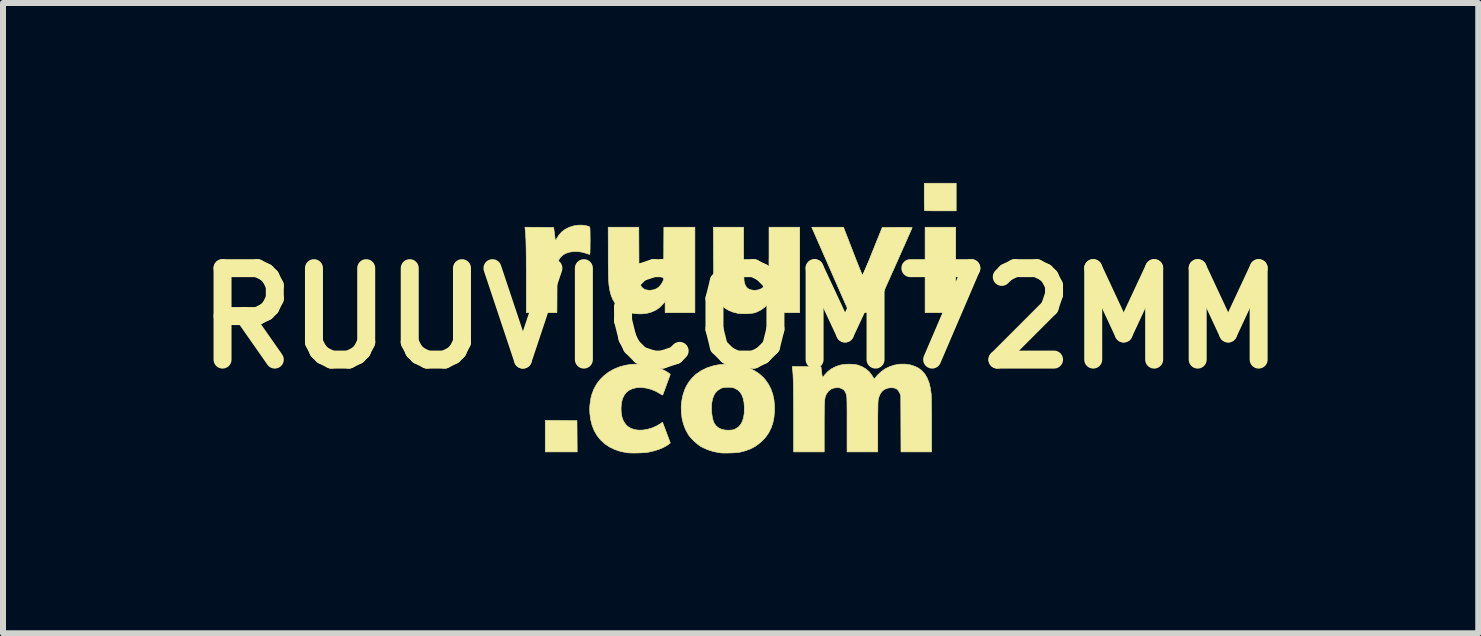
<source format=kicad_pcb>
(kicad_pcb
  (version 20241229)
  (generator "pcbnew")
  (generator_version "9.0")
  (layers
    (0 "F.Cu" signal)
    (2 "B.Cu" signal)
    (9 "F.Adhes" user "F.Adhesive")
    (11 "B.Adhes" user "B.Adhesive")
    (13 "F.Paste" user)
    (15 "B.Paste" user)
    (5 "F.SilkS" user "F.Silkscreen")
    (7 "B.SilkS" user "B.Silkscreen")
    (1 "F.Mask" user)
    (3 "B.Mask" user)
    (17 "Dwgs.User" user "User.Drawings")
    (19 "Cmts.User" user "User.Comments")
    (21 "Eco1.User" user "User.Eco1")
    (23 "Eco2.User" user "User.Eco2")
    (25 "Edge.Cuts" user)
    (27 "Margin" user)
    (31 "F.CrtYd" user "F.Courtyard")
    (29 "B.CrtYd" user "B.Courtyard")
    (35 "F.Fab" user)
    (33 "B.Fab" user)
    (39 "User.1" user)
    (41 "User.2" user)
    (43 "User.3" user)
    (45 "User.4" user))
  (footprint "RUUVICOM72MM"
    (layer "F.Cu")
    (at 9.296 2.255)
    (property "Reference" "RUUVICOM72MM" (at 0 0 0) (layer "F.SilkS") (effects (font (size 1.524 1.524) (thickness 0.3))))
    (attr through_hole)
    (fp_poly (pts (xy 3.586 -0.093) (xy 3.076 -0.093) (xy 3.076 -1.517) (xy 3.586 -1.517) (xy 3.586 -0.093)) (stroke (width 0.01) (type solid)) (fill yes) (layer "F.SilkS"))
    (fp_poly (pts (xy -2.992 1.705) (xy -2.728 1.707) (xy -2.726 1.968) (xy -2.724 2.228) (xy -3.256 2.228) (xy -3.256 1.703) (xy -2.992 1.705)) (stroke (width 0.01) (type solid)) (fill yes) (layer "F.SilkS"))
    (fp_poly (pts (xy 3.594 -1.79) (xy 3.333 -1.79) (xy 3.273 -1.79) (xy 3.217 -1.79) (xy 3.168 -1.791) (xy 3.127 -1.791) (xy 3.095 -1.792) (xy 3.074 -1.793) (xy 3.067 -1.794) (xy 3.065 -1.803) (xy 3.064 -1.823) (xy 3.063 -1.855) (xy 3.063 -1.895) (xy 3.062 -1.943) (xy 3.062 -1.997) (xy 3.062 -2.024) (xy 3.062 -2.25) (xy 3.594 -2.25) (xy 3.594 -1.79)) (stroke (width 0.01) (type solid)) (fill yes) (layer "F.SilkS"))
    (fp_poly (pts (xy -1.693 -0.6) (xy -1.676 -0.563) (xy -1.651 -0.522) (xy -1.62 -0.492) (xy -1.581 -0.474) (xy -1.532 -0.466) (xy -1.516 -0.465) (xy -1.458 -0.472) (xy -1.405 -0.49) (xy -1.361 -0.521) (xy -1.324 -0.564) (xy -1.302 -0.602) (xy -1.283 -0.643) (xy -1.281 -1.08) (xy -1.279 -1.517) (xy -0.762 -1.517) (xy -0.762 -0.093) (xy -1.258 -0.093) (xy -1.258 -0.282) (xy -1.285 -0.247) (xy -1.34 -0.188) (xy -1.404 -0.141) (xy -1.475 -0.107) (xy -1.553 -0.084) (xy -1.639 -0.073) (xy -1.677 -0.073) (xy -1.715 -0.074) (xy -1.754 -0.077) (xy -1.789 -0.082) (xy -1.794 -0.083) (xy -1.87 -0.1) (xy -1.936 -0.126) (xy -1.995 -0.159) (xy -2.048 -0.201) (xy -2.093 -0.252) (xy -2.129 -0.311) (xy -2.158 -0.38) (xy -2.179 -0.46) (xy -2.194 -0.551) (xy -2.199 -0.617) (xy -2.201 -0.646) (xy -2.202 -0.688) (xy -2.203 -0.74) (xy -2.204 -0.802) (xy -2.205 -0.87) (xy -2.206 -0.943) (xy -2.206 -1.02) (xy -2.206 -1.098) (xy -2.206 -1.123) (xy -2.207 -1.517) (xy -1.697 -1.517) (xy -1.693 -0.6)) (stroke (width 0.01) (type solid)) (fill yes) (layer "F.SilkS"))
    (fp_poly (pts (xy 1.873 -1.11) (xy 1.907 -1.021) (xy 1.938 -0.943) (xy 1.965 -0.875) (xy 1.988 -0.818) (xy 2.007 -0.773) (xy 2.021 -0.741) (xy 2.031 -0.72) (xy 2.036 -0.713) (xy 2.036 -0.713) (xy 2.04 -0.721) (xy 2.049 -0.742) (xy 2.062 -0.773) (xy 2.078 -0.814) (xy 2.099 -0.863) (xy 2.122 -0.92) (xy 2.148 -0.983) (xy 2.175 -1.051) (xy 2.202 -1.118) (xy 2.361 -1.513) (xy 2.611 -1.515) (xy 2.669 -1.515) (xy 2.723 -1.515) (xy 2.77 -1.515) (xy 2.808 -1.514) (xy 2.837 -1.513) (xy 2.855 -1.512) (xy 2.86 -1.511) (xy 2.857 -1.504) (xy 2.849 -1.485) (xy 2.835 -1.454) (xy 2.817 -1.412) (xy 2.794 -1.361) (xy 2.768 -1.301) (xy 2.738 -1.233) (xy 2.704 -1.158) (xy 2.668 -1.077) (xy 2.63 -0.99) (xy 2.589 -0.899) (xy 2.547 -0.804) (xy 2.545 -0.801) (xy 2.231 -0.097) (xy 1.811 -0.093) (xy 1.801 -0.117) (xy 1.797 -0.127) (xy 1.787 -0.149) (xy 1.773 -0.182) (xy 1.754 -0.226) (xy 1.73 -0.279) (xy 1.703 -0.34) (xy 1.673 -0.409) (xy 1.64 -0.484) (xy 1.604 -0.566) (xy 1.566 -0.651) (xy 1.527 -0.741) (xy 1.513 -0.773) (xy 1.473 -0.864) (xy 1.434 -0.953) (xy 1.396 -1.038) (xy 1.361 -1.118) (xy 1.329 -1.192) (xy 1.299 -1.259) (xy 1.273 -1.319) (xy 1.251 -1.369) (xy 1.233 -1.41) (xy 1.22 -1.44) (xy 1.212 -1.458) (xy 1.21 -1.461) (xy 1.186 -1.517) (xy 1.715 -1.517) (xy 1.873 -1.11)) (stroke (width 0.01) (type solid)) (fill yes) (layer "F.SilkS"))
    (fp_poly (pts (xy -2.633 -1.551) (xy -2.596 -1.546) (xy -2.562 -1.539) (xy -2.534 -1.531) (xy -2.518 -1.523) (xy -2.515 -1.517) (xy -2.513 -1.506) (xy -2.511 -1.487) (xy -2.51 -1.459) (xy -2.509 -1.42) (xy -2.509 -1.371) (xy -2.508 -1.308) (xy -2.508 -1.289) (xy -2.509 -1.226) (xy -2.509 -1.172) (xy -2.51 -1.127) (xy -2.511 -1.094) (xy -2.513 -1.072) (xy -2.515 -1.064) (xy -2.515 -1.064) (xy -2.525 -1.066) (xy -2.544 -1.072) (xy -2.571 -1.08) (xy -2.587 -1.086) (xy -2.657 -1.104) (xy -2.726 -1.112) (xy -2.793 -1.111) (xy -2.856 -1.101) (xy -2.913 -1.082) (xy -2.962 -1.054) (xy -2.996 -1.023) (xy -3.016 -0.997) (xy -3.034 -0.966) (xy -3.042 -0.95) (xy -3.045 -0.941) (xy -3.048 -0.932) (xy -3.051 -0.922) (xy -3.053 -0.91) (xy -3.054 -0.895) (xy -3.056 -0.875) (xy -3.057 -0.848) (xy -3.058 -0.815) (xy -3.058 -0.773) (xy -3.059 -0.722) (xy -3.059 -0.66) (xy -3.06 -0.586) (xy -3.06 -0.501) (xy -3.062 -0.093) (xy -3.572 -0.093) (xy -3.572 -0.659) (xy -3.572 -0.786) (xy -3.573 -0.899) (xy -3.573 -0.999) (xy -3.574 -1.088) (xy -3.575 -1.167) (xy -3.577 -1.235) (xy -3.578 -1.295) (xy -3.581 -1.347) (xy -3.583 -1.392) (xy -3.586 -1.431) (xy -3.589 -1.465) (xy -3.591 -1.479) (xy -3.595 -1.517) (xy -3.356 -1.515) (xy -3.116 -1.513) (xy -3.087 -1.285) (xy -3.07 -1.32) (xy -3.032 -1.382) (xy -2.984 -1.436) (xy -2.926 -1.481) (xy -2.859 -1.515) (xy -2.786 -1.539) (xy -2.708 -1.551) (xy -2.67 -1.552) (xy -2.633 -1.551)) (stroke (width 0.01) (type solid)) (fill yes) (layer "F.SilkS"))
    (fp_poly (pts (xy 0.05 -1.094) (xy 0.051 -1.013) (xy 0.051 -0.936) (xy 0.052 -0.864) (xy 0.052 -0.799) (xy 0.053 -0.742) (xy 0.054 -0.694) (xy 0.056 -0.657) (xy 0.057 -0.632) (xy 0.058 -0.623) (xy 0.07 -0.569) (xy 0.091 -0.527) (xy 0.12 -0.496) (xy 0.159 -0.476) (xy 0.207 -0.467) (xy 0.23 -0.465) (xy 0.289 -0.471) (xy 0.341 -0.49) (xy 0.385 -0.52) (xy 0.421 -0.56) (xy 0.447 -0.611) (xy 0.464 -0.672) (xy 0.467 -0.69) (xy 0.468 -0.708) (xy 0.47 -0.738) (xy 0.471 -0.779) (xy 0.472 -0.831) (xy 0.473 -0.89) (xy 0.473 -0.956) (xy 0.474 -1.027) (xy 0.474 -1.101) (xy 0.474 -1.13) (xy 0.474 -1.517) (xy 0.985 -1.517) (xy 0.985 -0.093) (xy 0.489 -0.093) (xy 0.489 -0.282) (xy 0.461 -0.246) (xy 0.405 -0.187) (xy 0.342 -0.14) (xy 0.271 -0.104) (xy 0.226 -0.089) (xy 0.192 -0.083) (xy 0.147 -0.078) (xy 0.097 -0.075) (xy 0.046 -0.075) (xy -0.002 -0.077) (xy -0.042 -0.081) (xy -0.048 -0.082) (xy -0.133 -0.104) (xy -0.207 -0.135) (xy -0.27 -0.175) (xy -0.324 -0.226) (xy -0.367 -0.286) (xy -0.402 -0.358) (xy -0.407 -0.372) (xy -0.415 -0.393) (xy -0.422 -0.412) (xy -0.427 -0.429) (xy -0.432 -0.448) (xy -0.436 -0.467) (xy -0.439 -0.489) (xy -0.442 -0.515) (xy -0.444 -0.546) (xy -0.446 -0.583) (xy -0.447 -0.627) (xy -0.448 -0.679) (xy -0.449 -0.741) (xy -0.45 -0.813) (xy -0.45 -0.898) (xy -0.451 -0.995) (xy -0.451 -1.015) (xy -0.454 -1.517) (xy 0.05 -1.517) (xy 0.05 -1.094)) (stroke (width 0.01) (type solid)) (fill yes) (layer "F.SilkS"))
    (fp_poly (pts (xy -1.605 0.772) (xy -1.545 0.78) (xy -1.469 0.797) (xy -1.395 0.819) (xy -1.324 0.845) (xy -1.262 0.875) (xy -1.21 0.907) (xy -1.206 0.909) (xy -1.172 0.934) (xy -1.185 0.972) (xy -1.192 0.991) (xy -1.203 1.02) (xy -1.216 1.057) (xy -1.232 1.099) (xy -1.246 1.139) (xy -1.261 1.18) (xy -1.275 1.217) (xy -1.286 1.247) (xy -1.294 1.268) (xy -1.297 1.278) (xy -1.297 1.278) (xy -1.304 1.28) (xy -1.32 1.272) (xy -1.343 1.258) (xy -1.411 1.219) (xy -1.484 1.188) (xy -1.561 1.167) (xy -1.637 1.155) (xy -1.71 1.156) (xy -1.729 1.157) (xy -1.796 1.172) (xy -1.853 1.197) (xy -1.901 1.232) (xy -1.938 1.278) (xy -1.966 1.334) (xy -1.984 1.401) (xy -1.992 1.478) (xy -1.993 1.509) (xy -1.99 1.575) (xy -1.982 1.631) (xy -1.967 1.681) (xy -1.946 1.727) (xy -1.913 1.774) (xy -1.871 1.812) (xy -1.82 1.84) (xy -1.761 1.858) (xy -1.696 1.866) (xy -1.627 1.864) (xy -1.554 1.852) (xy -1.478 1.83) (xy -1.425 1.807) (xy -1.393 1.792) (xy -1.362 1.774) (xy -1.337 1.758) (xy -1.336 1.758) (xy -1.302 1.733) (xy -1.288 1.77) (xy -1.281 1.789) (xy -1.27 1.818) (xy -1.256 1.855) (xy -1.24 1.897) (xy -1.224 1.941) (xy -1.223 1.943) (xy -1.172 2.079) (xy -1.188 2.092) (xy -1.235 2.126) (xy -1.295 2.158) (xy -1.365 2.187) (xy -1.443 2.211) (xy -1.528 2.231) (xy -1.531 2.232) (xy -1.566 2.237) (xy -1.611 2.241) (xy -1.663 2.244) (xy -1.719 2.246) (xy -1.774 2.247) (xy -1.825 2.246) (xy -1.869 2.244) (xy -1.894 2.242) (xy -2 2.221) (xy -2.097 2.189) (xy -2.186 2.146) (xy -2.264 2.093) (xy -2.333 2.03) (xy -2.391 1.958) (xy -2.439 1.876) (xy -2.475 1.786) (xy -2.5 1.688) (xy -2.513 1.582) (xy -2.516 1.517) (xy -2.513 1.456) (xy -2.505 1.391) (xy -2.494 1.326) (xy -2.48 1.27) (xy -2.479 1.269) (xy -2.444 1.178) (xy -2.398 1.095) (xy -2.34 1.02) (xy -2.273 0.954) (xy -2.198 0.897) (xy -2.114 0.85) (xy -2.023 0.812) (xy -1.925 0.785) (xy -1.823 0.769) (xy -1.716 0.764) (xy -1.605 0.772)) (stroke (width 0.01) (type solid)) (fill yes) (layer "F.SilkS"))
    (fp_poly (pts (xy -0.148 0.768) (xy -0.088 0.771) (xy -0.036 0.778) (xy -0.032 0.778) (xy 0.061 0.801) (xy 0.151 0.834) (xy 0.234 0.876) (xy 0.309 0.926) (xy 0.374 0.983) (xy 0.405 1.017) (xy 0.461 1.095) (xy 0.505 1.179) (xy 0.537 1.27) (xy 0.557 1.367) (xy 0.566 1.473) (xy 0.565 1.545) (xy 0.557 1.649) (xy 0.538 1.743) (xy 0.509 1.829) (xy 0.47 1.907) (xy 0.42 1.979) (xy 0.382 2.022) (xy 0.315 2.084) (xy 0.244 2.136) (xy 0.167 2.177) (xy 0.081 2.209) (xy -0.007 2.232) (xy -0.038 2.237) (xy -0.079 2.241) (xy -0.128 2.244) (xy -0.18 2.246) (xy -0.232 2.247) (xy -0.281 2.247) (xy -0.322 2.245) (xy -0.351 2.242) (xy -0.455 2.222) (xy -0.553 2.19) (xy -0.643 2.149) (xy -0.674 2.131) (xy -0.715 2.101) (xy -0.759 2.064) (xy -0.803 2.022) (xy -0.842 1.979) (xy -0.872 1.939) (xy -0.873 1.937) (xy -0.917 1.857) (xy -0.951 1.769) (xy -0.975 1.675) (xy -0.987 1.578) (xy -0.99 1.479) (xy -0.99 1.477) (xy -0.486 1.477) (xy -0.485 1.536) (xy -0.48 1.596) (xy -0.471 1.653) (xy -0.459 1.703) (xy -0.444 1.743) (xy -0.442 1.746) (xy -0.411 1.792) (xy -0.371 1.826) (xy -0.322 1.85) (xy -0.263 1.864) (xy -0.198 1.867) (xy -0.162 1.865) (xy -0.135 1.862) (xy -0.114 1.857) (xy -0.094 1.849) (xy -0.085 1.845) (xy -0.038 1.815) (xy -0.000054 1.774) (xy 0.029 1.722) (xy 0.049 1.659) (xy 0.061 1.585) (xy 0.063 1.5) (xy 0.063 1.477) (xy 0.056 1.398) (xy 0.041 1.33) (xy 0.019 1.274) (xy -0.012 1.228) (xy -0.051 1.193) (xy -0.098 1.167) (xy -0.105 1.165) (xy -0.127 1.157) (xy -0.148 1.153) (xy -0.173 1.151) (xy -0.205 1.151) (xy -0.223 1.151) (xy -0.258 1.153) (xy -0.283 1.155) (xy -0.302 1.159) (xy -0.32 1.167) (xy -0.342 1.178) (xy -0.345 1.179) (xy -0.388 1.209) (xy -0.422 1.245) (xy -0.448 1.291) (xy -0.468 1.347) (xy -0.481 1.414) (xy -0.482 1.423) (xy -0.486 1.477) (xy -0.99 1.477) (xy -0.981 1.38) (xy -0.962 1.284) (xy -0.932 1.193) (xy -0.91 1.144) (xy -0.862 1.062) (xy -0.802 0.989) (xy -0.733 0.926) (xy -0.653 0.872) (xy -0.564 0.829) (xy -0.465 0.796) (xy -0.388 0.779) (xy -0.337 0.772) (xy -0.277 0.768) (xy -0.213 0.766) (xy -0.148 0.768)) (stroke (width 0.01) (type solid)) (fill yes) (layer "F.SilkS"))
    (fp_poly (pts (xy 2.745 0.766) (xy 2.829 0.778) (xy 2.903 0.801) (xy 2.969 0.834) (xy 3.025 0.878) (xy 3.073 0.933) (xy 3.111 0.999) (xy 3.142 1.076) (xy 3.163 1.165) (xy 3.177 1.261) (xy 3.178 1.283) (xy 3.179 1.319) (xy 3.18 1.365) (xy 3.181 1.421) (xy 3.182 1.486) (xy 3.183 1.559) (xy 3.184 1.636) (xy 3.184 1.718) (xy 3.184 1.784) (xy 3.184 2.228) (xy 2.674 2.228) (xy 2.67 1.29) (xy 2.654 1.249) (xy 2.633 1.21) (xy 2.606 1.182) (xy 2.571 1.165) (xy 2.527 1.158) (xy 2.49 1.159) (xy 2.437 1.169) (xy 2.391 1.191) (xy 2.353 1.224) (xy 2.323 1.269) (xy 2.302 1.325) (xy 2.293 1.366) (xy 2.292 1.383) (xy 2.29 1.415) (xy 2.289 1.459) (xy 2.288 1.514) (xy 2.287 1.58) (xy 2.286 1.655) (xy 2.286 1.739) (xy 2.286 1.82) (xy 2.286 2.228) (xy 1.775 2.228) (xy 1.775 1.773) (xy 1.775 1.679) (xy 1.775 1.597) (xy 1.775 1.528) (xy 1.774 1.47) (xy 1.774 1.422) (xy 1.773 1.382) (xy 1.772 1.351) (xy 1.771 1.326) (xy 1.769 1.306) (xy 1.767 1.291) (xy 1.765 1.28) (xy 1.764 1.276) (xy 1.747 1.229) (xy 1.721 1.195) (xy 1.687 1.172) (xy 1.644 1.159) (xy 1.613 1.157) (xy 1.557 1.163) (xy 1.51 1.18) (xy 1.47 1.21) (xy 1.439 1.251) (xy 1.438 1.253) (xy 1.429 1.268) (xy 1.422 1.283) (xy 1.415 1.299) (xy 1.41 1.316) (xy 1.406 1.336) (xy 1.402 1.36) (xy 1.4 1.39) (xy 1.398 1.426) (xy 1.396 1.47) (xy 1.395 1.523) (xy 1.395 1.586) (xy 1.394 1.661) (xy 1.394 1.747) (xy 1.394 1.807) (xy 1.394 2.228) (xy 0.884 2.228) (xy 0.884 1.658) (xy 0.884 1.534) (xy 0.883 1.422) (xy 0.883 1.324) (xy 0.882 1.236) (xy 0.881 1.159) (xy 0.88 1.092) (xy 0.878 1.033) (xy 0.876 0.982) (xy 0.874 0.937) (xy 0.871 0.898) (xy 0.868 0.863) (xy 0.865 0.843) (xy 0.861 0.805) (xy 1.101 0.807) (xy 1.34 0.809) (xy 1.349 0.884) (xy 1.354 0.927) (xy 1.359 0.957) (xy 1.363 0.975) (xy 1.367 0.982) (xy 1.374 0.98) (xy 1.383 0.97) (xy 1.396 0.953) (xy 1.399 0.948) (xy 1.451 0.892) (xy 1.513 0.844) (xy 1.585 0.807) (xy 1.658 0.782) (xy 1.702 0.774) (xy 1.755 0.768) (xy 1.811 0.766) (xy 1.866 0.768) (xy 1.916 0.773) (xy 1.948 0.779) (xy 2.021 0.806) (xy 2.086 0.843) (xy 2.142 0.891) (xy 2.187 0.949) (xy 2.199 0.968) (xy 2.212 0.99) (xy 2.222 1.006) (xy 2.228 1.013) (xy 2.228 1.013) (xy 2.234 1.008) (xy 2.244 0.994) (xy 2.249 0.988) (xy 2.27 0.962) (xy 2.3 0.931) (xy 2.336 0.899) (xy 2.372 0.87) (xy 2.406 0.846) (xy 2.413 0.842) (xy 2.487 0.806) (xy 2.569 0.78) (xy 2.653 0.766) (xy 2.736 0.765) (xy 2.745 0.766)) (stroke (width 0.01) (type solid)) (fill yes) (layer "F.SilkS")))
  (gr_rect
    (start -3 -3)
    (end 21.593 7.507)
    (stroke (width 0.1) (type default))
    (fill no)
    (layer "Edge.Cuts")))
</source>
